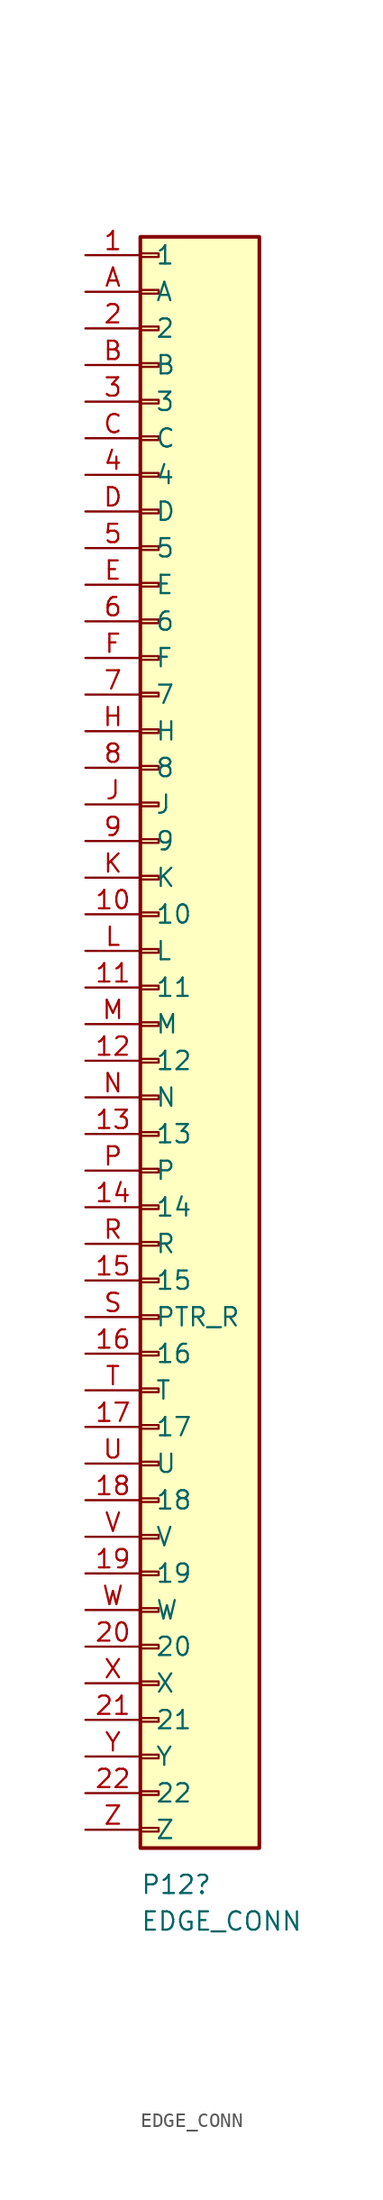
<source format=kicad_sym>
(kicad_symbol_lib
  (version 20241209)
  (generator "kicad_symbol_editor")
  (generator_version "9.0")
  (symbol "EDGE_CONN"
    (pin_names
      (offset 1.016))
    (property "Reference" "P12"
      (at -1.27 -59.69 0)
      (effects (font (size 1.27 1.27)) (justify left)))
    (property "Value" "EDGE_CONN"
      (at -1.27 -62.23 0)
      (effects (font (size 1.27 1.27)) (justify left)))
    (property "Description" ""
      (at 0 0 0)
      (effects (font (size 1.27 1.27))))
    (symbol "EDGE_CONN_1_1"
      (rectangle (start -1.27 54.61) (end 6.985 -57.15) (stroke (width 0.254) (type default)) (fill (type background)))
      (rectangle (start -1.27 53.467) (end 0 53.213) (stroke (width 0.152) (type default)) (fill (type none)))
      (rectangle (start -1.27 50.927) (end 0 50.673) (stroke (width 0.152) (type default)) (fill (type none)))
      (rectangle (start -1.27 48.387) (end 0 48.133) (stroke (width 0.152) (type default)) (fill (type none)))
      (rectangle (start -1.27 45.847) (end 0 45.593) (stroke (width 0.152) (type default)) (fill (type none)))
      (rectangle (start -1.27 43.307) (end 0 43.053) (stroke (width 0.152) (type default)) (fill (type none)))
      (rectangle (start -1.27 40.767) (end 0 40.513) (stroke (width 0.152) (type default)) (fill (type none)))
      (rectangle (start -1.27 38.227) (end 0 37.973) (stroke (width 0.152) (type default)) (fill (type none)))
      (rectangle (start -1.27 35.687) (end 0 35.433) (stroke (width 0.152) (type default)) (fill (type none)))
      (rectangle (start -1.27 33.147) (end 0 32.893) (stroke (width 0.152) (type default)) (fill (type none)))
      (rectangle (start -1.27 30.607) (end 0 30.353) (stroke (width 0.152) (type default)) (fill (type none)))
      (rectangle (start -1.27 28.067) (end 0 27.813) (stroke (width 0.152) (type default)) (fill (type none)))
      (rectangle (start -1.27 25.527) (end 0 25.273) (stroke (width 0.152) (type default)) (fill (type none)))
      (rectangle (start -1.27 22.987) (end 0 22.733) (stroke (width 0.152) (type default)) (fill (type none)))
      (rectangle (start -1.27 20.447) (end 0 20.193) (stroke (width 0.152) (type default)) (fill (type none)))
      (rectangle (start -1.27 17.907) (end 0 17.653) (stroke (width 0.152) (type default)) (fill (type none)))
      (rectangle (start -1.27 15.367) (end 0 15.113) (stroke (width 0.152) (type default)) (fill (type none)))
      (rectangle (start -1.27 12.827) (end 0 12.573) (stroke (width 0.152) (type default)) (fill (type none)))
      (rectangle (start -1.27 10.287) (end 0 10.033) (stroke (width 0.152) (type default)) (fill (type none)))
      (rectangle (start -1.27 7.747) (end 0 7.493) (stroke (width 0.152) (type default)) (fill (type none)))
      (rectangle (start -1.27 5.207) (end 0 4.953) (stroke (width 0.152) (type default)) (fill (type none)))
      (rectangle (start -1.27 2.667) (end 0 2.413) (stroke (width 0.152) (type default)) (fill (type none)))
      (rectangle (start -1.27 0.127) (end 0 -0.127) (stroke (width 0.152) (type default)) (fill (type none)))
      (rectangle (start 0 -2.667) (end -1.27 -2.413) (stroke (width 0.152) (type default)) (fill (type none)))
      (rectangle (start 0 -5.207) (end -1.27 -4.953) (stroke (width 0.152) (type default)) (fill (type none)))
      (rectangle (start 0 -7.747) (end -1.27 -7.493) (stroke (width 0.152) (type default)) (fill (type none)))
      (rectangle (start 0 -10.287) (end -1.27 -10.033) (stroke (width 0.152) (type default)) (fill (type none)))
      (rectangle (start 0 -12.827) (end -1.27 -12.573) (stroke (width 0.152) (type default)) (fill (type none)))
      (rectangle (start 0 -15.367) (end -1.27 -15.113) (stroke (width 0.152) (type default)) (fill (type none)))
      (rectangle (start 0 -17.907) (end -1.27 -17.653) (stroke (width 0.152) (type default)) (fill (type none)))
      (rectangle (start 0 -20.447) (end -1.27 -20.193) (stroke (width 0.152) (type default)) (fill (type none)))
      (rectangle (start 0 -22.987) (end -1.27 -22.733) (stroke (width 0.152) (type default)) (fill (type none)))
      (rectangle (start 0 -25.527) (end -1.27 -25.273) (stroke (width 0.152) (type default)) (fill (type none)))
      (rectangle (start 0 -28.067) (end -1.27 -27.813) (stroke (width 0.152) (type default)) (fill (type none)))
      (rectangle (start 0 -30.607) (end -1.27 -30.353) (stroke (width 0.152) (type default)) (fill (type none)))
      (rectangle (start 0 -33.147) (end -1.27 -32.893) (stroke (width 0.152) (type default)) (fill (type none)))
      (rectangle (start 0 -35.687) (end -1.27 -35.433) (stroke (width 0.152) (type default)) (fill (type none)))
      (rectangle (start 0 -38.227) (end -1.27 -37.973) (stroke (width 0.152) (type default)) (fill (type none)))
      (rectangle (start 0 -40.767) (end -1.27 -40.513) (stroke (width 0.152) (type default)) (fill (type none)))
      (rectangle (start 0 -43.307) (end -1.27 -43.053) (stroke (width 0.152) (type default)) (fill (type none)))
      (rectangle (start 0 -45.847) (end -1.27 -45.593) (stroke (width 0.152) (type default)) (fill (type none)))
      (rectangle (start 0 -48.387) (end -1.27 -48.133) (stroke (width 0.152) (type default)) (fill (type none)))
      (rectangle (start 0 -50.927) (end -1.27 -50.673) (stroke (width 0.152) (type default)) (fill (type none)))
      (rectangle (start 0 -53.467) (end -1.27 -53.213) (stroke (width 0.152) (type default)) (fill (type none)))
      (rectangle (start 0 -56.007) (end -1.27 -55.753) (stroke (width 0.152) (type default)) (fill (type none)))
      (pin passive line (at -5.08 53.34 0) (length 3.81) (name "1" (effects (font (size 1.27 1.27)))) (number "1" (effects (font (size 1.27 1.27)))))
      (pin passive line (at -5.08 50.8 0) (length 3.81) (name "A" (effects (font (size 1.27 1.27)))) (number "A" (effects (font (size 1.27 1.27)))))
      (pin passive line (at -5.08 48.26 0) (length 3.81) (name "2" (effects (font (size 1.27 1.27)))) (number "2" (effects (font (size 1.27 1.27)))))
      (pin passive line (at -5.08 45.72 0) (length 3.81) (name "B" (effects (font (size 1.27 1.27)))) (number "B" (effects (font (size 1.27 1.27)))))
      (pin passive line (at -5.08 43.18 0) (length 3.81) (name "3" (effects (font (size 1.27 1.27)))) (number "3" (effects (font (size 1.27 1.27)))))
      (pin passive line (at -5.08 40.64 0) (length 3.81) (name "C" (effects (font (size 1.27 1.27)))) (number "C" (effects (font (size 1.27 1.27)))))
      (pin passive line (at -5.08 38.1 0) (length 3.81) (name "4" (effects (font (size 1.27 1.27)))) (number "4" (effects (font (size 1.27 1.27)))))
      (pin passive line (at -5.08 35.56 0) (length 3.81) (name "D" (effects (font (size 1.27 1.27)))) (number "D" (effects (font (size 1.27 1.27)))))
      (pin passive line (at -5.08 33.02 0) (length 3.81) (name "5" (effects (font (size 1.27 1.27)))) (number "5" (effects (font (size 1.27 1.27)))))
      (pin passive line (at -5.08 30.48 0) (length 3.81) (name "E" (effects (font (size 1.27 1.27)))) (number "E" (effects (font (size 1.27 1.27)))))
      (pin passive line (at -5.08 27.94 0) (length 3.81) (name "6" (effects (font (size 1.27 1.27)))) (number "6" (effects (font (size 1.27 1.27)))))
      (pin passive line (at -5.08 25.4 0) (length 3.81) (name "F" (effects (font (size 1.27 1.27)))) (number "F" (effects (font (size 1.27 1.27)))))
      (pin passive line (at -5.08 22.86 0) (length 3.81) (name "7" (effects (font (size 1.27 1.27)))) (number "7" (effects (font (size 1.27 1.27)))))
      (pin passive line (at -5.08 20.32 0) (length 3.81) (name "H" (effects (font (size 1.27 1.27)))) (number "H" (effects (font (size 1.27 1.27)))))
      (pin passive line (at -5.08 17.78 0) (length 3.81) (name "8" (effects (font (size 1.27 1.27)))) (number "8" (effects (font (size 1.27 1.27)))))
      (pin passive line (at -5.08 15.24 0) (length 3.81) (name "J" (effects (font (size 1.27 1.27)))) (number "J" (effects (font (size 1.27 1.27)))))
      (pin passive line (at -5.08 12.7 0) (length 3.81) (name "9" (effects (font (size 1.27 1.27)))) (number "9" (effects (font (size 1.27 1.27)))))
      (pin passive line (at -5.08 10.16 0) (length 3.81) (name "K" (effects (font (size 1.27 1.27)))) (number "K" (effects (font (size 1.27 1.27)))))
      (pin passive line (at -5.08 7.62 0) (length 3.81) (name "10" (effects (font (size 1.27 1.27)))) (number "10" (effects (font (size 1.27 1.27)))))
      (pin passive line (at -5.08 5.08 0) (length 3.81) (name "L" (effects (font (size 1.27 1.27)))) (number "L" (effects (font (size 1.27 1.27)))))
      (pin passive line (at -5.08 2.54 0) (length 3.81) (name "11" (effects (font (size 1.27 1.27)))) (number "11" (effects (font (size 1.27 1.27)))))
      (pin passive line (at -5.08 0 0) (length 3.81) (name "M" (effects (font (size 1.27 1.27)))) (number "M" (effects (font (size 1.27 1.27)))))
      (pin passive line (at -5.08 -2.54 0) (length 3.81) (name "12" (effects (font (size 1.27 1.27)))) (number "12" (effects (font (size 1.27 1.27)))))
      (pin passive line (at -5.08 -5.08 0) (length 3.81) (name "N" (effects (font (size 1.27 1.27)))) (number "N" (effects (font (size 1.27 1.27)))))
      (pin passive line (at -5.08 -7.62 0) (length 3.81) (name "13" (effects (font (size 1.27 1.27)))) (number "13" (effects (font (size 1.27 1.27)))))
      (pin passive line (at -5.08 -10.16 0) (length 3.81) (name "P" (effects (font (size 1.27 1.27)))) (number "P" (effects (font (size 1.27 1.27)))))
      (pin passive line (at -5.08 -12.7 0) (length 3.81) (name "14" (effects (font (size 1.27 1.27)))) (number "14" (effects (font (size 1.27 1.27)))))
      (pin passive line (at -5.08 -15.24 0) (length 3.81) (name "R" (effects (font (size 1.27 1.27)))) (number "R" (effects (font (size 1.27 1.27)))))
      (pin passive line (at -5.08 -17.78 0) (length 3.81) (name "15" (effects (font (size 1.27 1.27)))) (number "15" (effects (font (size 1.27 1.27)))))
      (pin passive line (at -5.08 -20.32 0) (length 3.81) (name "PTR_R" (effects (font (size 1.27 1.27)))) (number "S" (effects (font (size 1.27 1.27)))))
      (pin passive line (at -5.08 -22.86 0) (length 3.81) (name "16" (effects (font (size 1.27 1.27)))) (number "16" (effects (font (size 1.27 1.27)))))
      (pin passive line (at -5.08 -25.4 0) (length 3.81) (name "T" (effects (font (size 1.27 1.27)))) (number "T" (effects (font (size 1.27 1.27)))))
      (pin passive line (at -5.08 -27.94 0) (length 3.81) (name "17" (effects (font (size 1.27 1.27)))) (number "17" (effects (font (size 1.27 1.27)))))
      (pin passive line (at -5.08 -30.48 0) (length 3.81) (name "U" (effects (font (size 1.27 1.27)))) (number "U" (effects (font (size 1.27 1.27)))))
      (pin passive line (at -5.08 -33.02 0) (length 3.81) (name "18" (effects (font (size 1.27 1.27)))) (number "18" (effects (font (size 1.27 1.27)))))
      (pin passive line (at -5.08 -35.56 0) (length 3.81) (name "V" (effects (font (size 1.27 1.27)))) (number "V" (effects (font (size 1.27 1.27)))))
      (pin passive line (at -5.08 -38.1 0) (length 3.81) (name "19" (effects (font (size 1.27 1.27)))) (number "19" (effects (font (size 1.27 1.27)))))
      (pin passive line (at -5.08 -40.64 0) (length 3.81) (name "W" (effects (font (size 1.27 1.27)))) (number "W" (effects (font (size 1.27 1.27)))))
      (pin passive line (at -5.08 -43.18 0) (length 3.81) (name "20" (effects (font (size 1.27 1.27)))) (number "20" (effects (font (size 1.27 1.27)))))
      (pin passive line (at -5.08 -45.72 0) (length 3.81) (name "X" (effects (font (size 1.27 1.27)))) (number "X" (effects (font (size 1.27 1.27)))))
      (pin passive line (at -5.08 -48.26 0) (length 3.81) (name "21" (effects (font (size 1.27 1.27)))) (number "21" (effects (font (size 1.27 1.27)))))
      (pin passive line (at -5.08 -50.8 0) (length 3.81) (name "Y" (effects (font (size 1.27 1.27)))) (number "Y" (effects (font (size 1.27 1.27)))))
      (pin passive line (at -5.08 -53.34 0) (length 3.81) (name "22" (effects (font (size 1.27 1.27)))) (number "22" (effects (font (size 1.27 1.27)))))
      (pin passive line (at -5.08 -55.88 0) (length 3.81) (name "Z" (effects (font (size 1.27 1.27)))) (number "Z" (effects (font (size 1.27 1.27))))))))
</source>
